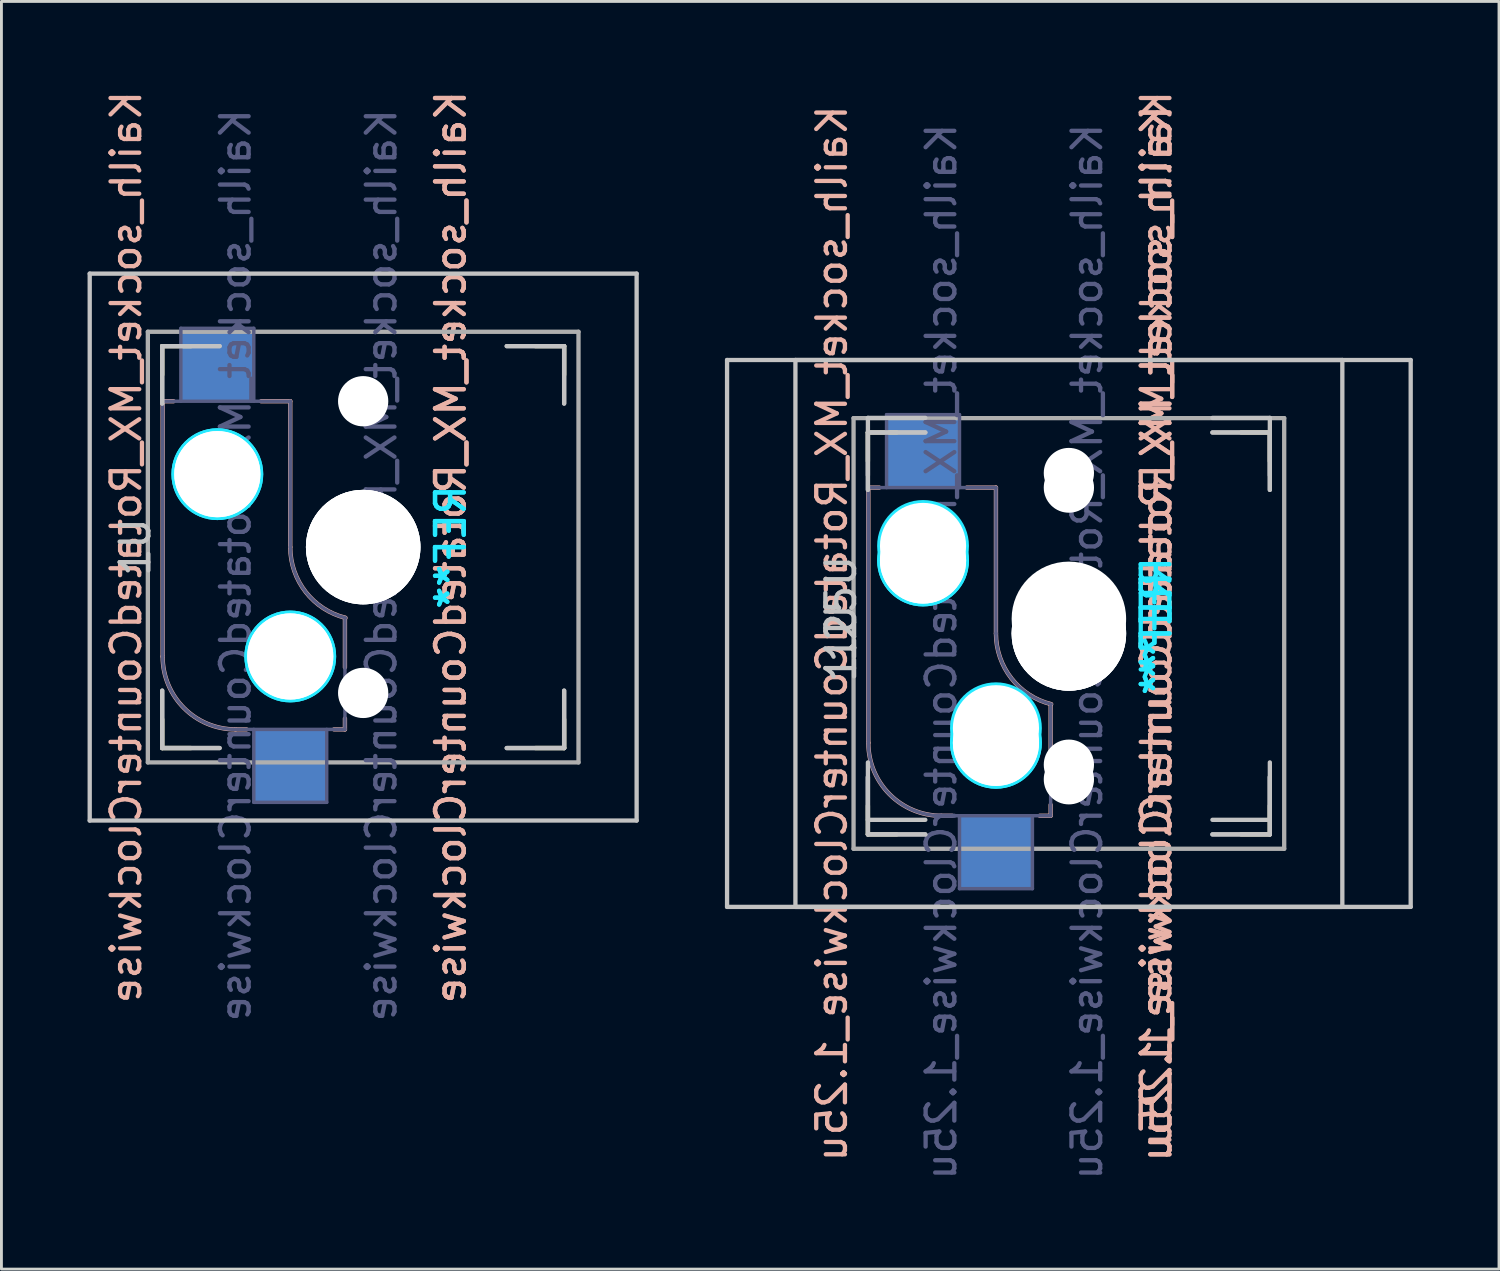
<source format=kicad_pcb>
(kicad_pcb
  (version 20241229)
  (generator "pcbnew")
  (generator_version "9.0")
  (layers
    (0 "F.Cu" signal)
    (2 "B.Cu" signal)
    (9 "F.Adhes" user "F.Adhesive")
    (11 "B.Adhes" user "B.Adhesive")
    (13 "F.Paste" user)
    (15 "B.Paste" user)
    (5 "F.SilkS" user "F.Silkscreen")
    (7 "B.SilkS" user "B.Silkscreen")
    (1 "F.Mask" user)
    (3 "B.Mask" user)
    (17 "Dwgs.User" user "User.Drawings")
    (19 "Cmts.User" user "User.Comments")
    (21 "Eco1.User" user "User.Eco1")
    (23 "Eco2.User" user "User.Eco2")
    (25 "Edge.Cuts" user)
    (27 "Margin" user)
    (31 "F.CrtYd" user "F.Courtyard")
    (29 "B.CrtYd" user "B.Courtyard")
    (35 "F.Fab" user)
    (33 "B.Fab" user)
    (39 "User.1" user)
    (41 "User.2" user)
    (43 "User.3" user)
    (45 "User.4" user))
  (footprint "Kailh_socket_MX_RotatedCounterClockwise"
    (layer "F.Cu")
    (at 5.028 15.498)
    (property "Reference" "Kailh_socket_MX_RotatedCounterClockwise" (at -3.683 0.508 90) (layer "B.SilkS") (effects (font (size 1 1) (thickness 0.15)) (justify mirror)))
    (property "Value" "Kailh_socket_MX_RotatedCounterClockwise" (at 12.827 0.508 90) (layer "F.Fab") (hide yes) (effects (font (size 1 1) (thickness 0.15))))
    (attr smd)
    (fp_line (start -2.428 -6.492) (end -2.428 -5.492) (stroke (width 0.15) (type solid)) (layer "F.SilkS"))
    (fp_line (start -2.428 -6.492) (end -1.428 -6.492) (stroke (width 0.15) (type solid)) (layer "F.SilkS"))
    (fp_line (start -2.428 6.508) (end -2.428 7.508) (stroke (width 0.15) (type solid)) (layer "F.SilkS"))
    (fp_line (start -1.428 7.508) (end -2.428 7.508) (stroke (width 0.15) (type solid)) (layer "F.SilkS"))
    (fp_line (start 10.572 -6.492) (end 11.572 -6.492) (stroke (width 0.15) (type solid)) (layer "F.SilkS"))
    (fp_line (start 11.572 -5.492) (end 11.572 -6.492) (stroke (width 0.15) (type solid)) (layer "F.SilkS"))
    (fp_line (start 11.572 7.508) (end 10.572 7.508) (stroke (width 0.15) (type solid)) (layer "F.SilkS"))
    (fp_line (start 11.572 7.508) (end 11.572 6.508) (stroke (width 0.15) (type solid)) (layer "F.SilkS"))
    (fp_line (start -2.413 -4.572) (end -2.032 -4.572) (stroke (width 0.15) (type solid)) (layer "B.SilkS"))
    (fp_line (start -2.413 4.318) (end -2.413 -4.572) (stroke (width 0.15) (type solid)) (layer "B.SilkS"))
    (fp_line (start 0.127 6.858) (end 0.508 6.858) (stroke (width 0.15) (type solid)) (layer "B.SilkS"))
    (fp_line (start 1.016 -4.572) (end 2.032 -4.572) (stroke (width 0.15) (type solid)) (layer "B.SilkS"))
    (fp_line (start 2.032 -4.572) (end 2.032 0.508) (stroke (width 0.15) (type solid)) (layer "B.SilkS"))
    (fp_line (start 3.556 6.858) (end 3.937 6.858) (stroke (width 0.15) (type solid)) (layer "B.SilkS"))
    (fp_line (start 3.937 2.972) (end 3.937 4.699) (stroke (width 0.15) (type solid)) (layer "B.SilkS"))
    (fp_line (start 3.937 6.477) (end 3.937 6.858) (stroke (width 0.15) (type solid)) (layer "B.SilkS"))
    (fp_arc (start 0.127 6.858) (mid -1.669051 6.114051) (end -2.413 4.318) (stroke (width 0.15) (type solid)) (layer "B.SilkS"))
    (fp_arc (start 3.95596 2.972162) (mid 2.569958 2.071147) (end 2.032 0.508) (stroke (width 0.15) (type solid)) (layer "B.SilkS"))
    (fp_line (start -4.953 -9.017) (end 14.097 -9.017) (stroke (width 0.15) (type solid)) (layer "Dwgs.User"))
    (fp_line (start -4.953 10.033) (end -4.953 -9.017) (stroke (width 0.15) (type solid)) (layer "Dwgs.User"))
    (fp_line (start -2.428 -6.492) (end -0.428 -6.492) (stroke (width 0.15) (type solid)) (layer "Dwgs.User"))
    (fp_line (start -2.428 -6.492) (end -0.428 -6.492) (stroke (width 0.15) (type solid)) (layer "Dwgs.User"))
    (fp_line (start -2.428 -4.492) (end -2.428 -6.492) (stroke (width 0.15) (type solid)) (layer "Dwgs.User"))
    (fp_line (start -2.428 -4.492) (end -2.428 -6.492) (stroke (width 0.15) (type solid)) (layer "Dwgs.User"))
    (fp_line (start -2.428 5.508) (end -2.428 7.508) (stroke (width 0.15) (type solid)) (layer "Dwgs.User"))
    (fp_line (start -2.428 5.508) (end -2.428 7.508) (stroke (width 0.15) (type solid)) (layer "Dwgs.User"))
    (fp_line (start -2.428 7.508) (end -0.428 7.508) (stroke (width 0.15) (type solid)) (layer "Dwgs.User"))
    (fp_line (start -2.428 7.508) (end -0.428 7.508) (stroke (width 0.15) (type solid)) (layer "Dwgs.User"))
    (fp_line (start 9.572 7.508) (end 11.572 7.508) (stroke (width 0.15) (type solid)) (layer "Dwgs.User"))
    (fp_line (start 9.572 7.508) (end 11.572 7.508) (stroke (width 0.15) (type solid)) (layer "Dwgs.User"))
    (fp_line (start 11.572 -6.492) (end 9.572 -6.492) (stroke (width 0.15) (type solid)) (layer "Dwgs.User"))
    (fp_line (start 11.572 -6.492) (end 9.572 -6.492) (stroke (width 0.15) (type solid)) (layer "Dwgs.User"))
    (fp_line (start 11.572 -4.492) (end 11.572 -6.492) (stroke (width 0.15) (type solid)) (layer "Dwgs.User"))
    (fp_line (start 11.572 -4.492) (end 11.572 -6.492) (stroke (width 0.15) (type solid)) (layer "Dwgs.User"))
    (fp_line (start 11.572 7.508) (end 11.572 5.508) (stroke (width 0.15) (type solid)) (layer "Dwgs.User"))
    (fp_line (start 11.572 7.508) (end 11.572 5.508) (stroke (width 0.15) (type solid)) (layer "Dwgs.User"))
    (fp_line (start 14.097 -9.017) (end 14.097 10.033) (stroke (width 0.15) (type solid)) (layer "Dwgs.User"))
    (fp_line (start 14.097 10.033) (end -4.953 10.033) (stroke (width 0.15) (type solid)) (layer "Dwgs.User"))
    (fp_line (start -2.328 -6.392) (end -2.328 7.408) (stroke (width 0.15) (type solid)) (layer "Eco2.User"))
    (fp_line (start -2.328 -6.392) (end 11.472 -6.392) (stroke (width 0.15) (type solid)) (layer "Eco2.User"))
    (fp_line (start 11.472 7.408) (end -2.328 7.408) (stroke (width 0.15) (type solid)) (layer "Eco2.User"))
    (fp_line (start 11.472 7.408) (end 11.472 -6.392) (stroke (width 0.15) (type solid)) (layer "Eco2.User"))
    (fp_circle (center -0.508 -2.032) (end -2.032 -2.032) (stroke (width 0.15) (type solid)) (fill no) (layer "B.CrtYd"))
    (fp_circle (center -0.508 -2.032) (end -2.032 -2.032) (stroke (width 0.15) (type solid)) (fill no) (layer "B.CrtYd"))
    (fp_circle (center 2.032 4.318) (end 0.508 4.318) (stroke (width 0.15) (type solid)) (fill no) (layer "B.CrtYd"))
    (fp_circle (center 2.032 4.318) (end 0.508 4.318) (stroke (width 0.15) (type solid)) (fill no) (layer "B.CrtYd"))
    (fp_line (start -2.413 -4.572) (end 2.032 -4.572) (stroke (width 0.12) (type solid)) (layer "B.Fab"))
    (fp_line (start -2.413 4.318) (end -2.413 -4.572) (stroke (width 0.12) (type solid)) (layer "B.Fab"))
    (fp_line (start -1.778 -7.112) (end 0.762 -7.112) (stroke (width 0.12) (type solid)) (layer "B.Fab"))
    (fp_line (start -1.778 -4.572) (end -1.778 -7.112) (stroke (width 0.12) (type solid)) (layer "B.Fab"))
    (fp_line (start 0.762 -7.112) (end 0.762 -4.572) (stroke (width 0.12) (type solid)) (layer "B.Fab"))
    (fp_line (start 0.762 9.398) (end 0.762 6.858) (stroke (width 0.12) (type solid)) (layer "B.Fab"))
    (fp_line (start 2.032 -4.572) (end 2.032 0.508) (stroke (width 0.12) (type solid)) (layer "B.Fab"))
    (fp_line (start 3.302 6.858) (end 3.302 9.398) (stroke (width 0.12) (type solid)) (layer "B.Fab"))
    (fp_line (start 3.302 9.398) (end 0.762 9.398) (stroke (width 0.12) (type solid)) (layer "B.Fab"))
    (fp_line (start 3.937 6.858) (end 0.127 6.858) (stroke (width 0.12) (type solid)) (layer "B.Fab"))
    (fp_line (start 3.937 6.858) (end 3.937 3.048) (stroke (width 0.12) (type solid)) (layer "B.Fab"))
    (fp_arc (start 0.127 6.858) (mid -1.669051 6.114051) (end -2.413 4.318) (stroke (width 0.12) (type solid)) (layer "B.Fab"))
    (fp_arc (start 3.95596 2.972162) (mid 2.569958 2.071147) (end 2.032 0.508) (stroke (width 0.12) (type solid)) (layer "B.Fab"))
    (fp_line (start -2.928 -6.992) (end 12.072 -6.992) (stroke (width 0.15) (type solid)) (layer "F.Fab"))
    (fp_line (start -2.928 8.008) (end -2.928 -6.992) (stroke (width 0.15) (type solid)) (layer "F.Fab"))
    (fp_line (start 12.072 -6.992) (end 12.072 8.008) (stroke (width 0.15) (type solid)) (layer "F.Fab"))
    (fp_line (start 12.072 8.008) (end -2.928 8.008) (stroke (width 0.15) (type solid)) (layer "F.Fab"))
    (fp_text user "${REFERENCE}" (at 7.62 0.508 90) (layer "B.SilkS") (effects (font (size 1 1) (thickness 0.15)) (justify mirror)))
    (fp_text user "${REFERENCE}" (at 7.62 0.508 90) (layer "B.SilkS") (effects (font (size 1 1) (thickness 0.15)) (justify mirror)))
    (fp_text user "1U" (at -3.365 0.508 90) (layer "Dwgs.User") (effects (font (size 1 1) (thickness 0.15))))
    (fp_text user "REF**" (at 7.62 0.508 90) (layer "B.CrtYd") (effects (font (size 1 1) (thickness 0.15)) (justify mirror)))
    (fp_text user "REF**" (at 7.62 0.508 90) (layer "B.CrtYd") (effects (font (size 1 1) (thickness 0.15)) (justify mirror)))
    (fp_text user "${VALUE}" (at 5.207 1.143 90) (layer "B.Fab") (effects (font (size 1 1) (thickness 0.15)) (justify mirror)))
    (fp_text user "${REFERENCE}" (at 0.127 1.143 90) (layer "B.Fab") (effects (font (size 1 1) (thickness 0.15)) (justify mirror)))
    (pad "" np_thru_hole circle (at -0.508 -2.032 90) (size 3 3) (drill 3) (layers "*.Cu" "*.Mask"))
    (pad "" np_thru_hole circle (at -0.508 -2.032 90) (size 3 3) (drill 3) (layers "*.Cu" "*.Mask"))
    (pad "" np_thru_hole circle (at 2.032 4.318 90) (size 3 3) (drill 3) (layers "*.Cu" "*.Mask"))
    (pad "" np_thru_hole circle (at 2.032 4.318 90) (size 3 3) (drill 3) (layers "*.Cu" "*.Mask"))
    (pad "" np_thru_hole circle (at 4.572 -4.572 90) (size 1.702 1.702) (drill 1.702) (layers "*.Cu" "*.Mask"))
    (pad "" np_thru_hole circle (at 4.572 -4.572 138.1) (size 1.75 1.75) (drill 1.75) (layers "*.Cu" "*.Mask"))
    (pad "" np_thru_hole circle (at 4.572 0.508 90) (size 3.988 3.988) (drill 3.988) (layers "*.Cu" "*.Mask"))
    (pad "" np_thru_hole circle (at 4.572 0.508 90) (size 3.988 3.988) (drill 3.988) (layers "*.Cu" "*.Mask"))
    (pad "" np_thru_hole circle (at 4.572 0.508 90) (size 3.988 3.988) (drill 3.988) (layers "*.Cu" "*.Mask"))
    (pad "" np_thru_hole circle (at 4.572 5.588 90) (size 1.702 1.702) (drill 1.702) (layers "*.Cu" "*.Mask"))
    (pad "" np_thru_hole circle (at 4.572 5.588 138.1) (size 1.75 1.75) (drill 1.75) (layers "*.Cu" "*.Mask"))
    (pad "1" smd rect (at 2.032 8.128 90) (size 2.55 2.5) (layers "B.Cu" "B.Mask" "B.Paste"))
    (pad "2" smd rect (at -0.508 -5.842 90) (size 2.55 2.5) (layers "B.Cu" "B.Mask" "B.Paste")))
  (footprint "Kailh_socket_MX_RotatedCounterClockwise_1.25u"
    (layer "F.Cu")
    (at 29.609 18.506)
    (property "Reference" "Kailh_socket_MX_RotatedCounterClockwise_1.25u" (at -3.683 0.508 90) (layer "B.SilkS") (effects (font (size 1 1) (thickness 0.15)) (justify mirror)))
    (property "Value" "Kailh_socket_MX_RotatedCounterClockwise_1.25u" (at 12.827 0.508 90) (layer "F.Fab") (hide yes) (effects (font (size 1 1) (thickness 0.15))))
    (attr smd)
    (fp_line (start -2.428 -6.492) (end -2.428 -5.492) (stroke (width 0.15) (type solid)) (layer "F.SilkS"))
    (fp_line (start -2.428 -6.492) (end -1.428 -6.492) (stroke (width 0.15) (type solid)) (layer "F.SilkS"))
    (fp_line (start -2.428 6.508) (end -2.428 7.508) (stroke (width 0.15) (type solid)) (layer "F.SilkS"))
    (fp_line (start -1.428 7.508) (end -2.428 7.508) (stroke (width 0.15) (type solid)) (layer "F.SilkS"))
    (fp_line (start 10.572 -6.492) (end 11.572 -6.492) (stroke (width 0.15) (type solid)) (layer "F.SilkS"))
    (fp_line (start 11.572 -5.492) (end 11.572 -6.492) (stroke (width 0.15) (type solid)) (layer "F.SilkS"))
    (fp_line (start 11.572 7.508) (end 10.572 7.508) (stroke (width 0.15) (type solid)) (layer "F.SilkS"))
    (fp_line (start 11.572 7.508) (end 11.572 6.508) (stroke (width 0.15) (type solid)) (layer "F.SilkS"))
    (fp_line (start -2.413 -4.572) (end -2.032 -4.572) (stroke (width 0.15) (type solid)) (layer "B.SilkS"))
    (fp_line (start -2.413 4.318) (end -2.413 -4.572) (stroke (width 0.15) (type solid)) (layer "B.SilkS"))
    (fp_line (start 0.127 6.858) (end 0.508 6.858) (stroke (width 0.15) (type solid)) (layer "B.SilkS"))
    (fp_line (start 1.016 -4.572) (end 2.032 -4.572) (stroke (width 0.15) (type solid)) (layer "B.SilkS"))
    (fp_line (start 2.032 -4.572) (end 2.032 0.508) (stroke (width 0.15) (type solid)) (layer "B.SilkS"))
    (fp_line (start 3.556 6.858) (end 3.937 6.858) (stroke (width 0.15) (type solid)) (layer "B.SilkS"))
    (fp_line (start 3.937 2.972) (end 3.937 4.699) (stroke (width 0.15) (type solid)) (layer "B.SilkS"))
    (fp_line (start 3.937 6.477) (end 3.937 6.858) (stroke (width 0.15) (type solid)) (layer "B.SilkS"))
    (fp_arc (start 0.127 6.858) (mid -1.669051 6.114051) (end -2.413 4.318) (stroke (width 0.15) (type solid)) (layer "B.SilkS"))
    (fp_arc (start 3.95596 2.972162) (mid 2.569958 2.071147) (end 2.032 0.508) (stroke (width 0.15) (type solid)) (layer "B.SilkS"))
    (fp_line (start -7.334 -9.017) (end 16.478 -9.017) (stroke (width 0.15) (type solid)) (layer "Dwgs.User"))
    (fp_line (start -7.334 10.033) (end -7.334 -9.017) (stroke (width 0.15) (type solid)) (layer "Dwgs.User"))
    (fp_line (start -4.953 -9.017) (end 14.097 -9.017) (stroke (width 0.15) (type solid)) (layer "Dwgs.User"))
    (fp_line (start -4.953 10.033) (end -4.953 -9.017) (stroke (width 0.15) (type solid)) (layer "Dwgs.User"))
    (fp_line (start -2.428 -7) (end -0.428 -7) (stroke (width 0.15) (type solid)) (layer "Dwgs.User"))
    (fp_line (start -2.428 -6.492) (end -0.428 -6.492) (stroke (width 0.15) (type solid)) (layer "Dwgs.User"))
    (fp_line (start -2.428 -6.492) (end -0.428 -6.492) (stroke (width 0.15) (type solid)) (layer "Dwgs.User"))
    (fp_line (start -2.428 -5) (end -2.428 -7) (stroke (width 0.15) (type solid)) (layer "Dwgs.User"))
    (fp_line (start -2.428 -4.492) (end -2.428 -6.492) (stroke (width 0.15) (type solid)) (layer "Dwgs.User"))
    (fp_line (start -2.428 -4.492) (end -2.428 -6.492) (stroke (width 0.15) (type solid)) (layer "Dwgs.User"))
    (fp_line (start -2.428 5) (end -2.428 7) (stroke (width 0.15) (type solid)) (layer "Dwgs.User"))
    (fp_line (start -2.428 5.508) (end -2.428 7.508) (stroke (width 0.15) (type solid)) (layer "Dwgs.User"))
    (fp_line (start -2.428 5.508) (end -2.428 7.508) (stroke (width 0.15) (type solid)) (layer "Dwgs.User"))
    (fp_line (start -2.428 7) (end -0.428 7) (stroke (width 0.15) (type solid)) (layer "Dwgs.User"))
    (fp_line (start -2.428 7.508) (end -0.428 7.508) (stroke (width 0.15) (type solid)) (layer "Dwgs.User"))
    (fp_line (start -2.428 7.508) (end -0.428 7.508) (stroke (width 0.15) (type solid)) (layer "Dwgs.User"))
    (fp_line (start 9.572 7) (end 11.572 7) (stroke (width 0.15) (type solid)) (layer "Dwgs.User"))
    (fp_line (start 9.572 7.508) (end 11.572 7.508) (stroke (width 0.15) (type solid)) (layer "Dwgs.User"))
    (fp_line (start 9.572 7.508) (end 11.572 7.508) (stroke (width 0.15) (type solid)) (layer "Dwgs.User"))
    (fp_line (start 11.572 -7) (end 9.572 -7) (stroke (width 0.15) (type solid)) (layer "Dwgs.User"))
    (fp_line (start 11.572 -6.492) (end 9.572 -6.492) (stroke (width 0.15) (type solid)) (layer "Dwgs.User"))
    (fp_line (start 11.572 -6.492) (end 9.572 -6.492) (stroke (width 0.15) (type solid)) (layer "Dwgs.User"))
    (fp_line (start 11.572 -5) (end 11.572 -7) (stroke (width 0.15) (type solid)) (layer "Dwgs.User"))
    (fp_line (start 11.572 -4.492) (end 11.572 -6.492) (stroke (width 0.15) (type solid)) (layer "Dwgs.User"))
    (fp_line (start 11.572 -4.492) (end 11.572 -6.492) (stroke (width 0.15) (type solid)) (layer "Dwgs.User"))
    (fp_line (start 11.572 7) (end 11.572 5) (stroke (width 0.15) (type solid)) (layer "Dwgs.User"))
    (fp_line (start 11.572 7.508) (end 11.572 5.508) (stroke (width 0.15) (type solid)) (layer "Dwgs.User"))
    (fp_line (start 11.572 7.508) (end 11.572 5.508) (stroke (width 0.15) (type solid)) (layer "Dwgs.User"))
    (fp_line (start 14.097 -9.017) (end 14.097 10.033) (stroke (width 0.15) (type solid)) (layer "Dwgs.User"))
    (fp_line (start 14.097 10.033) (end -4.953 10.033) (stroke (width 0.15) (type solid)) (layer "Dwgs.User"))
    (fp_line (start 16.478 -9.017) (end 16.478 10.033) (stroke (width 0.15) (type solid)) (layer "Dwgs.User"))
    (fp_line (start 16.478 10.033) (end -7.334 10.033) (stroke (width 0.15) (type solid)) (layer "Dwgs.User"))
    (fp_line (start -2.328 -6.392) (end -2.328 7.408) (stroke (width 0.15) (type solid)) (layer "Eco2.User"))
    (fp_line (start -2.328 -6.392) (end 11.472 -6.392) (stroke (width 0.15) (type solid)) (layer "Eco2.User"))
    (fp_line (start 11.472 7.408) (end -2.328 7.408) (stroke (width 0.15) (type solid)) (layer "Eco2.User"))
    (fp_line (start 11.472 7.408) (end 11.472 -6.392) (stroke (width 0.15) (type solid)) (layer "Eco2.User"))
    (fp_circle (center -0.508 -2.54) (end -2.032 -2.54) (stroke (width 0.15) (type solid)) (fill no) (layer "B.CrtYd"))
    (fp_circle (center -0.508 -2.032) (end -2.032 -2.032) (stroke (width 0.15) (type solid)) (fill no) (layer "B.CrtYd"))
    (fp_circle (center -0.508 -2.032) (end -2.032 -2.032) (stroke (width 0.15) (type solid)) (fill no) (layer "B.CrtYd"))
    (fp_circle (center 2.032 3.81) (end 0.508 3.81) (stroke (width 0.15) (type solid)) (fill no) (layer "B.CrtYd"))
    (fp_circle (center 2.032 4.318) (end 0.508 4.318) (stroke (width 0.15) (type solid)) (fill no) (layer "B.CrtYd"))
    (fp_circle (center 2.032 4.318) (end 0.508 4.318) (stroke (width 0.15) (type solid)) (fill no) (layer "B.CrtYd"))
    (fp_line (start -2.413 -4.572) (end 2.032 -4.572) (stroke (width 0.12) (type solid)) (layer "B.Fab"))
    (fp_line (start -2.413 4.318) (end -2.413 -4.572) (stroke (width 0.12) (type solid)) (layer "B.Fab"))
    (fp_line (start -1.778 -7.112) (end 0.762 -7.112) (stroke (width 0.12) (type solid)) (layer "B.Fab"))
    (fp_line (start -1.778 -4.572) (end -1.778 -7.112) (stroke (width 0.12) (type solid)) (layer "B.Fab"))
    (fp_line (start 0.762 -7.112) (end 0.762 -4.572) (stroke (width 0.12) (type solid)) (layer "B.Fab"))
    (fp_line (start 0.762 9.398) (end 0.762 6.858) (stroke (width 0.12) (type solid)) (layer "B.Fab"))
    (fp_line (start 2.032 -4.572) (end 2.032 0.508) (stroke (width 0.12) (type solid)) (layer "B.Fab"))
    (fp_line (start 3.302 6.858) (end 3.302 9.398) (stroke (width 0.12) (type solid)) (layer "B.Fab"))
    (fp_line (start 3.302 9.398) (end 0.762 9.398) (stroke (width 0.12) (type solid)) (layer "B.Fab"))
    (fp_line (start 3.937 6.858) (end 0.127 6.858) (stroke (width 0.12) (type solid)) (layer "B.Fab"))
    (fp_line (start 3.937 6.858) (end 3.937 3.048) (stroke (width 0.12) (type solid)) (layer "B.Fab"))
    (fp_arc (start 0.127 6.858) (mid -1.669051 6.114051) (end -2.413 4.318) (stroke (width 0.12) (type solid)) (layer "B.Fab"))
    (fp_arc (start 3.95596 2.972162) (mid 2.569958 2.071147) (end 2.032 0.508) (stroke (width 0.12) (type solid)) (layer "B.Fab"))
    (fp_line (start -2.928 -6.992) (end 12.072 -6.992) (stroke (width 0.15) (type solid)) (layer "F.Fab"))
    (fp_line (start -2.928 8.008) (end -2.928 -6.992) (stroke (width 0.15) (type solid)) (layer "F.Fab"))
    (fp_line (start 12.072 -6.992) (end 12.072 8.008) (stroke (width 0.15) (type solid)) (layer "F.Fab"))
    (fp_line (start 12.072 8.008) (end -2.928 8.008) (stroke (width 0.15) (type solid)) (layer "F.Fab"))
    (fp_text user "${REFERENCE}" (at 7.62 0.508 90) (layer "B.SilkS") (effects (font (size 1 1) (thickness 0.15)) (justify mirror)))
    (fp_text user "${REFERENCE}" (at 7.62 0 90) (layer "B.SilkS") (effects (font (size 1 1) (thickness 0.15)) (justify mirror)))
    (fp_text user "${REFERENCE}" (at 7.62 0.508 90) (layer "B.SilkS") (effects (font (size 1 1) (thickness 0.15)) (justify mirror)))
    (fp_text user "1U" (at -3.365 0.508 90) (layer "Dwgs.User") (effects (font (size 1 1) (thickness 0.15))))
    (fp_text user "1.25U" (at -3.365 0 90) (layer "Dwgs.User") (effects (font (size 1 1) (thickness 0.15))))
    (fp_text user "REF**" (at 7.62 0.508 90) (layer "B.CrtYd") (effects (font (size 1 1) (thickness 0.15)) (justify mirror)))
    (fp_text user "REF**" (at 7.62 0.508 90) (layer "B.CrtYd") (effects (font (size 1 1) (thickness 0.15)) (justify mirror)))
    (fp_text user "REF**" (at 7.62 0 90) (layer "B.CrtYd") (effects (font (size 1 1) (thickness 0.15)) (justify mirror)))
    (fp_text user "${VALUE}" (at 5.207 1.143 90) (layer "B.Fab") (effects (font (size 1 1) (thickness 0.15)) (justify mirror)))
    (fp_text user "${REFERENCE}" (at 0.127 1.143 90) (layer "B.Fab") (effects (font (size 1 1) (thickness 0.15)) (justify mirror)))
    (pad "" np_thru_hole circle (at -0.508 -2.54 90) (size 3 3) (drill 3) (layers "*.Cu" "*.Mask"))
    (pad "" np_thru_hole circle (at -0.508 -2.032 90) (size 3 3) (drill 3) (layers "*.Cu" "*.Mask"))
    (pad "" np_thru_hole circle (at -0.508 -2.032 90) (size 3 3) (drill 3) (layers "*.Cu" "*.Mask"))
    (pad "" np_thru_hole circle (at 2.032 3.81 90) (size 3 3) (drill 3) (layers "*.Cu" "*.Mask"))
    (pad "" np_thru_hole circle (at 2.032 4.318 90) (size 3 3) (drill 3) (layers "*.Cu" "*.Mask"))
    (pad "" np_thru_hole circle (at 2.032 4.318 90) (size 3 3) (drill 3) (layers "*.Cu" "*.Mask"))
    (pad "" np_thru_hole circle (at 4.572 -5.08 138.1) (size 1.75 1.75) (drill 1.75) (layers "*.Cu" "*.Mask"))
    (pad "" np_thru_hole circle (at 4.572 -4.572 90) (size 1.702 1.702) (drill 1.702) (layers "*.Cu" "*.Mask"))
    (pad "" np_thru_hole circle (at 4.572 -4.572 138.1) (size 1.75 1.75) (drill 1.75) (layers "*.Cu" "*.Mask"))
    (pad "" np_thru_hole circle (at 4.572 0 90) (size 3.988 3.988) (drill 3.988) (layers "*.Cu" "*.Mask"))
    (pad "" np_thru_hole circle (at 4.572 0.508 90) (size 3.988 3.988) (drill 3.988) (layers "*.Cu" "*.Mask"))
    (pad "" np_thru_hole circle (at 4.572 0.508 90) (size 3.988 3.988) (drill 3.988) (layers "*.Cu" "*.Mask"))
    (pad "" np_thru_hole circle (at 4.572 0.508 90) (size 3.988 3.988) (drill 3.988) (layers "*.Cu" "*.Mask"))
    (pad "" np_thru_hole circle (at 4.572 5.08 138.1) (size 1.75 1.75) (drill 1.75) (layers "*.Cu" "*.Mask"))
    (pad "" np_thru_hole circle (at 4.572 5.588 90) (size 1.702 1.702) (drill 1.702) (layers "*.Cu" "*.Mask"))
    (pad "" np_thru_hole circle (at 4.572 5.588 138.1) (size 1.75 1.75) (drill 1.75) (layers "*.Cu" "*.Mask"))
    (pad "1" smd rect (at 2.032 8.128 90) (size 2.55 2.5) (layers "B.Cu" "B.Mask" "B.Paste"))
    (pad "2" smd rect (at -0.508 -5.842 90) (size 2.55 2.5) (layers "B.Cu" "B.Mask" "B.Paste")))
  (gr_rect
    (start -3 -3)
    (end 49.163 41.155)
    (stroke (width 0.1) (type default))
    (fill no)
    (layer "Edge.Cuts")))
</source>
